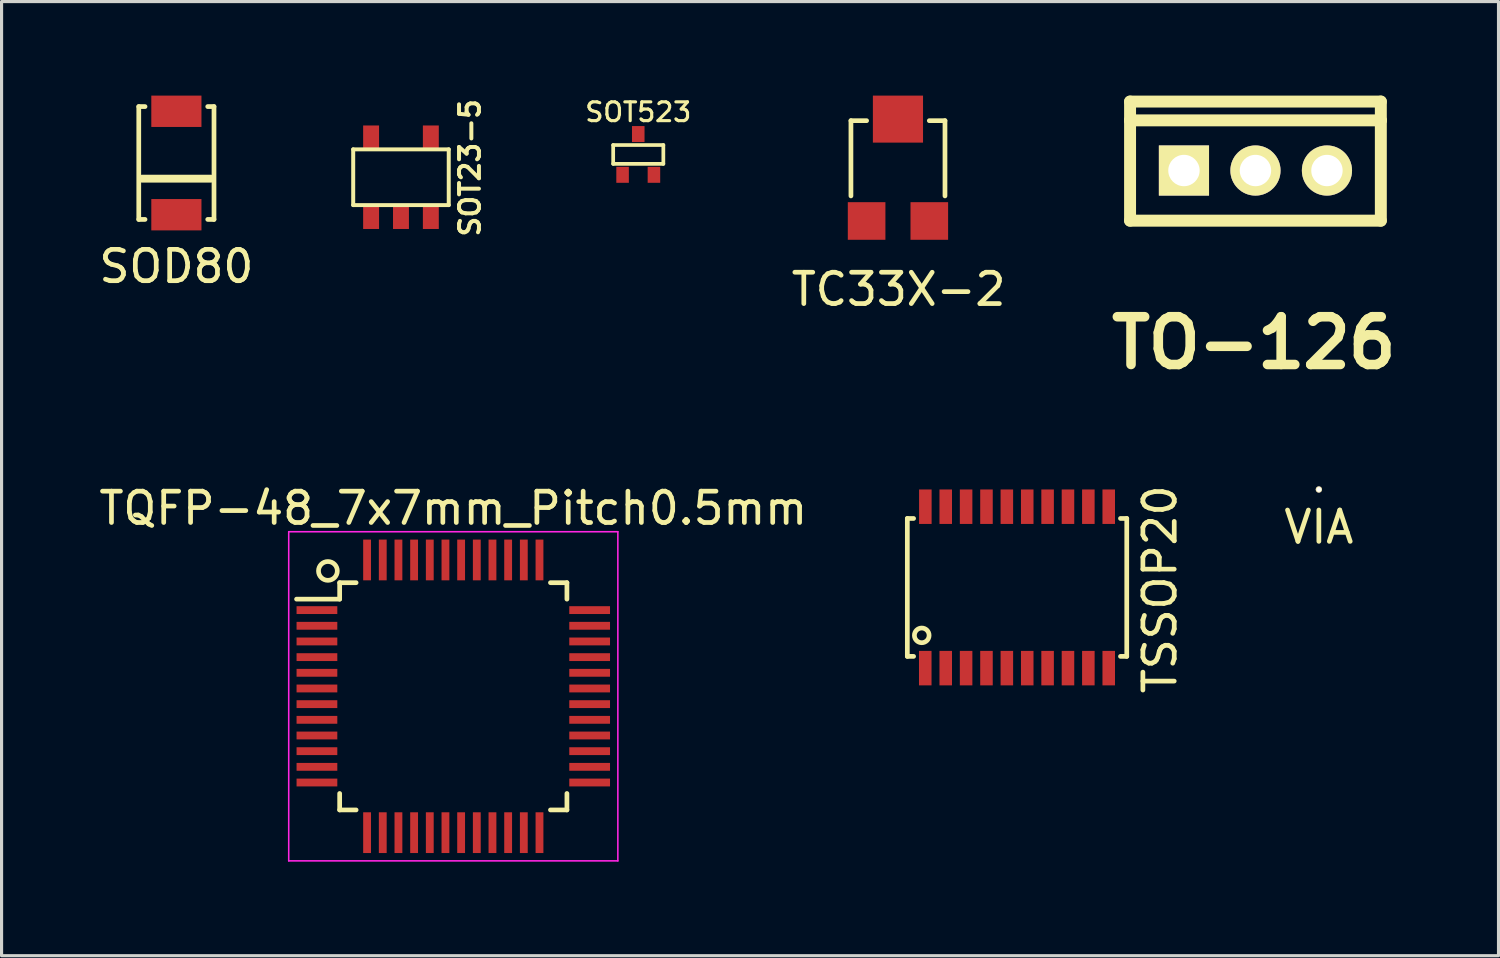
<source format=kicad_pcb>
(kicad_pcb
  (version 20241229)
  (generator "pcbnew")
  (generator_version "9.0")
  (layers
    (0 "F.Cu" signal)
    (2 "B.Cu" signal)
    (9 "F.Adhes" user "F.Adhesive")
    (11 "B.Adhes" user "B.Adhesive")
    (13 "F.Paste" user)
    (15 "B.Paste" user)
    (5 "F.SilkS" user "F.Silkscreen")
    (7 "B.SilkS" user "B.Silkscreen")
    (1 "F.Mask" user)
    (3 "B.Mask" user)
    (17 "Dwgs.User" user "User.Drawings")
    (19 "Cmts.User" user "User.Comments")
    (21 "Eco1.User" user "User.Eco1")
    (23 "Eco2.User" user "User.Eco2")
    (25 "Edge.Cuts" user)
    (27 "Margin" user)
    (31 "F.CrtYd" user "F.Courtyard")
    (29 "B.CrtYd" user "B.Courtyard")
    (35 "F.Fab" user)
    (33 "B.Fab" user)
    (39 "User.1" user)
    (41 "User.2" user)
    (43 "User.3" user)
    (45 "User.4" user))
  (footprint "SOT23-5"
    (layer "F.Cu")
    (at 9.742 2.604)
    (property "Reference" "SOT23-5" (at 2.2 -0.3 90) (layer "F.SilkS") (effects (font (size 0.635 0.635) (thickness 0.127))))
    (attr smd)
    (fp_line (start -1.524 -0.889) (end 1.524 -0.889) (stroke (width 0.127) (type solid)) (layer "F.SilkS"))
    (fp_line (start -1.524 0.889) (end -1.524 -0.889) (stroke (width 0.127) (type solid)) (layer "F.SilkS"))
    (fp_line (start 1.524 -0.889) (end 1.524 0.889) (stroke (width 0.127) (type solid)) (layer "F.SilkS"))
    (fp_line (start 1.524 0.889) (end -1.524 0.889) (stroke (width 0.127) (type solid)) (layer "F.SilkS"))
    (pad "1" smd rect (at -0.953 1.27) (size 0.508 0.762) (layers "F.Cu" "F.Mask" "F.Paste"))
    (pad "2" smd rect (at 0 1.27) (size 0.508 0.762) (layers "F.Cu" "F.Mask" "F.Paste"))
    (pad "3" smd rect (at 0.953 1.27) (size 0.508 0.762) (layers "F.Cu" "F.Mask" "F.Paste"))
    (pad "4" smd rect (at 0.953 -1.27) (size 0.508 0.762) (layers "F.Cu" "F.Mask" "F.Paste"))
    (pad "5" smd rect (at -0.953 -1.27) (size 0.508 0.762) (layers "F.Cu" "F.Mask" "F.Paste")))
  (footprint "TO-126"
    (layer "F.Cu")
    (at 37.002 2.39)
    (property "Reference" "TO-126" (at -0.051 5.499 0) (layer "F.SilkS") (effects (font (size 1.524 1.524) (thickness 0.305))))
    (attr through_hole)
    (fp_line (start -4 -2.2) (end 4 -2.2) (stroke (width 0.381) (type solid)) (layer "F.SilkS"))
    (fp_line (start -4 -1.6) (end -4 -2.2) (stroke (width 0.381) (type solid)) (layer "F.SilkS"))
    (fp_line (start -4 -1.6) (end -4 1.6) (stroke (width 0.381) (type solid)) (layer "F.SilkS"))
    (fp_line (start -4 1.6) (end 4 1.6) (stroke (width 0.381) (type solid)) (layer "F.SilkS"))
    (fp_line (start 4 -2.2) (end 4 -1.6) (stroke (width 0.381) (type solid)) (layer "F.SilkS"))
    (fp_line (start 4 -1.6) (end -4 -1.6) (stroke (width 0.381) (type solid)) (layer "F.SilkS"))
    (fp_line (start 4 1.6) (end 4 -1.6) (stroke (width 0.381) (type solid)) (layer "F.SilkS"))
    (pad "1" thru_hole rect (at -2.281 0) (size 1.6 1.6) (drill 1.001) (layers "*.Cu" "*.Mask" "F.SilkS"))
    (pad "2" thru_hole circle (at 2.281 0) (size 1.6 1.6) (drill 1.001) (layers "*.Cu" "*.Mask" "F.SilkS"))
    (pad "3" thru_hole circle (at 0 0) (size 1.6 1.6) (drill 1.001) (layers "*.Cu" "*.Mask" "F.SilkS")))
  (footprint "VIA"
    (layer "F.Cu")
    (at 39.025 12.566)
    (property "Reference" "VIA" (at 0 1.2 0) (layer "F.SilkS") (effects (font (size 1 1) (thickness 0.15))))
    (attr through_hole)
    (pad "" thru_hole circle (at 0 0) (size 0.2 0.2) (drill 0.15) (layers "*.Cu" "*.Mask" "F.SilkS")))
  (footprint "TC33X-2"
    (layer "F.Cu")
    (at 25.597 4.6)
    (property "Reference" "TC33X-2" (at 0.02 1.58 0) (layer "F.SilkS") (effects (font (size 1 1) (thickness 0.15))))
    (attr through_hole)
    (fp_line (start -1.5 -3.8) (end -1 -3.8) (stroke (width 0.15) (type solid)) (layer "F.SilkS"))
    (fp_line (start -1.5 -1.4) (end -1.5 -3.8) (stroke (width 0.15) (type solid)) (layer "F.SilkS"))
    (fp_line (start 1 -3.8) (end 1.5 -3.8) (stroke (width 0.15) (type solid)) (layer "F.SilkS"))
    (fp_line (start 1.5 -3.8) (end 1.5 -1.4) (stroke (width 0.15) (type solid)) (layer "F.SilkS"))
    (pad "1" smd rect (at 1 -0.6) (size 1.2 1.2) (layers "F.Cu" "F.Mask" "F.Paste"))
    (pad "2" smd rect (at 0 -3.85) (size 1.6 1.5) (layers "F.Cu" "F.Mask" "F.Paste"))
    (pad "3" smd rect (at -1 -0.6) (size 1.2 1.2) (layers "F.Cu" "F.Mask" "F.Paste")))
  (footprint "TSSOP20"
    (layer "F.Cu")
    (at 29.396 18.94)
    (property "Reference" "TSSOP20" (at 4.56 -3.19 90) (layer "F.SilkS") (effects (font (size 1 1) (thickness 0.15))))
    (attr through_hole)
    (fp_line (start -3.5 -5.45) (end -3.3 -5.45) (stroke (width 0.15) (type solid)) (layer "F.SilkS"))
    (fp_line (start -3.5 -1.05) (end -3.5 -5.45) (stroke (width 0.15) (type solid)) (layer "F.SilkS"))
    (fp_line (start -3.3 -1.05) (end -3.5 -1.05) (stroke (width 0.15) (type solid)) (layer "F.SilkS"))
    (fp_line (start 3.3 -1.05) (end 3.5 -1.05) (stroke (width 0.15) (type solid)) (layer "F.SilkS"))
    (fp_line (start 3.5 -5.45) (end 3.3 -5.45) (stroke (width 0.15) (type solid)) (layer "F.SilkS"))
    (fp_line (start 3.5 -1.05) (end 3.5 -5.45) (stroke (width 0.15) (type solid)) (layer "F.SilkS"))
    (fp_circle (center -3.04 -1.72) (end -2.86 -1.87) (stroke (width 0.15) (type solid)) (fill no) (layer "F.SilkS"))
    (pad "1" smd rect (at -2.928 -0.675) (size 0.4 1.1) (layers "F.Cu" "F.Mask" "F.Paste"))
    (pad "2" smd rect (at -2.275 -0.675) (size 0.4 1.1) (layers "F.Cu" "F.Mask" "F.Paste"))
    (pad "3" smd rect (at -1.625 -0.675) (size 0.4 1.1) (layers "F.Cu" "F.Mask" "F.Paste"))
    (pad "4" smd rect (at -0.975 -0.675) (size 0.4 1.1) (layers "F.Cu" "F.Mask" "F.Paste"))
    (pad "5" smd rect (at -0.325 -0.675) (size 0.4 1.1) (layers "F.Cu" "F.Mask" "F.Paste"))
    (pad "6" smd rect (at 0.325 -0.675) (size 0.4 1.1) (layers "F.Cu" "F.Mask" "F.Paste"))
    (pad "7" smd rect (at 0.975 -0.675) (size 0.4 1.1) (layers "F.Cu" "F.Mask" "F.Paste"))
    (pad "8" smd rect (at 1.625 -0.675) (size 0.4 1.1) (layers "F.Cu" "F.Mask" "F.Paste"))
    (pad "9" smd rect (at 2.275 -0.675) (size 0.4 1.1) (layers "F.Cu" "F.Mask" "F.Paste"))
    (pad "10" smd rect (at 2.925 -0.675) (size 0.4 1.1) (layers "F.Cu" "F.Mask" "F.Paste"))
    (pad "11" smd rect (at 2.925 -5.825) (size 0.4 1.1) (layers "F.Cu" "F.Mask" "F.Paste"))
    (pad "12" smd rect (at 2.275 -5.825) (size 0.4 1.1) (layers "F.Cu" "F.Mask" "F.Paste"))
    (pad "13" smd rect (at 1.625 -5.825) (size 0.4 1.1) (layers "F.Cu" "F.Mask" "F.Paste"))
    (pad "14" smd rect (at 0.975 -5.825) (size 0.4 1.1) (layers "F.Cu" "F.Mask" "F.Paste"))
    (pad "15" smd rect (at 0.325 -5.825) (size 0.4 1.1) (layers "F.Cu" "F.Mask" "F.Paste"))
    (pad "16" smd rect (at -0.325 -5.825) (size 0.4 1.1) (layers "F.Cu" "F.Mask" "F.Paste"))
    (pad "17" smd rect (at -0.975 -5.825) (size 0.4 1.1) (layers "F.Cu" "F.Mask" "F.Paste"))
    (pad "18" smd rect (at -1.625 -5.825) (size 0.4 1.1) (layers "F.Cu" "F.Mask" "F.Paste"))
    (pad "19" smd rect (at -2.275 -5.825) (size 0.4 1.1) (layers "F.Cu" "F.Mask" "F.Paste"))
    (pad "20" smd rect (at -2.925 -5.825) (size 0.4 1.1) (layers "F.Cu" "F.Mask" "F.Paste")))
  (footprint "TQFP-48_7x7mm_Pitch0.5mm"
    (layer "F.Cu")
    (at 11.411 19.164)
    (property "Reference" "TQFP-48_7x7mm_Pitch0.5mm" (at 0 -6 0) (layer "F.SilkS") (effects (font (size 1 1) (thickness 0.15))))
    (attr smd)
    (fp_line (start -3.625 -3.625) (end -3.625 -3.1) (stroke (width 0.15) (type solid)) (layer "F.SilkS"))
    (fp_line (start -3.625 -3.625) (end -3.1 -3.625) (stroke (width 0.15) (type solid)) (layer "F.SilkS"))
    (fp_line (start -3.625 -3.1) (end -5 -3.1) (stroke (width 0.15) (type solid)) (layer "F.SilkS"))
    (fp_line (start -3.625 3.625) (end -3.625 3.1) (stroke (width 0.15) (type solid)) (layer "F.SilkS"))
    (fp_line (start -3.625 3.625) (end -3.1 3.625) (stroke (width 0.15) (type solid)) (layer "F.SilkS"))
    (fp_line (start 3.625 -3.625) (end 3.1 -3.625) (stroke (width 0.15) (type solid)) (layer "F.SilkS"))
    (fp_line (start 3.625 -3.625) (end 3.625 -3.1) (stroke (width 0.15) (type solid)) (layer "F.SilkS"))
    (fp_line (start 3.625 3.625) (end 3.1 3.625) (stroke (width 0.15) (type solid)) (layer "F.SilkS"))
    (fp_line (start 3.625 3.625) (end 3.625 3.1) (stroke (width 0.15) (type solid)) (layer "F.SilkS"))
    (fp_circle (center -4 -4) (end -4 -4.3) (stroke (width 0.15) (type solid)) (fill no) (layer "F.SilkS"))
    (fp_line (start -5.25 -5.25) (end -5.25 5.25) (stroke (width 0.05) (type solid)) (layer "F.CrtYd"))
    (fp_line (start -5.25 -5.25) (end 5.25 -5.25) (stroke (width 0.05) (type solid)) (layer "F.CrtYd"))
    (fp_line (start -5.25 5.25) (end 5.25 5.25) (stroke (width 0.05) (type solid)) (layer "F.CrtYd"))
    (fp_line (start 5.25 -5.25) (end 5.25 5.25) (stroke (width 0.05) (type solid)) (layer "F.CrtYd"))
    (pad "1" smd rect (at -4.35 -2.75) (size 1.3 0.25) (layers "F.Cu" "F.Mask" "F.Paste"))
    (pad "2" smd rect (at -4.35 -2.25) (size 1.3 0.25) (layers "F.Cu" "F.Mask" "F.Paste"))
    (pad "3" smd rect (at -4.35 -1.75) (size 1.3 0.25) (layers "F.Cu" "F.Mask" "F.Paste"))
    (pad "4" smd rect (at -4.35 -1.25) (size 1.3 0.25) (layers "F.Cu" "F.Mask" "F.Paste"))
    (pad "5" smd rect (at -4.35 -0.75) (size 1.3 0.25) (layers "F.Cu" "F.Mask" "F.Paste"))
    (pad "6" smd rect (at -4.35 -0.25) (size 1.3 0.25) (layers "F.Cu" "F.Mask" "F.Paste"))
    (pad "7" smd rect (at -4.35 0.25) (size 1.3 0.25) (layers "F.Cu" "F.Mask" "F.Paste"))
    (pad "8" smd rect (at -4.35 0.75) (size 1.3 0.25) (layers "F.Cu" "F.Mask" "F.Paste"))
    (pad "9" smd rect (at -4.35 1.25) (size 1.3 0.25) (layers "F.Cu" "F.Mask" "F.Paste"))
    (pad "10" smd rect (at -4.35 1.75) (size 1.3 0.25) (layers "F.Cu" "F.Mask" "F.Paste"))
    (pad "11" smd rect (at -4.35 2.25) (size 1.3 0.25) (layers "F.Cu" "F.Mask" "F.Paste"))
    (pad "12" smd rect (at -4.35 2.75) (size 1.3 0.25) (layers "F.Cu" "F.Mask" "F.Paste"))
    (pad "13" smd rect (at -2.75 4.35 90) (size 1.3 0.25) (layers "F.Cu" "F.Mask" "F.Paste"))
    (pad "14" smd rect (at -2.25 4.35 90) (size 1.3 0.25) (layers "F.Cu" "F.Mask" "F.Paste"))
    (pad "15" smd rect (at -1.75 4.35 90) (size 1.3 0.25) (layers "F.Cu" "F.Mask" "F.Paste"))
    (pad "16" smd rect (at -1.25 4.35 90) (size 1.3 0.25) (layers "F.Cu" "F.Mask" "F.Paste"))
    (pad "17" smd rect (at -0.75 4.35 90) (size 1.3 0.25) (layers "F.Cu" "F.Mask" "F.Paste"))
    (pad "18" smd rect (at -0.25 4.35 90) (size 1.3 0.25) (layers "F.Cu" "F.Mask" "F.Paste"))
    (pad "19" smd rect (at 0.25 4.35 90) (size 1.3 0.25) (layers "F.Cu" "F.Mask" "F.Paste"))
    (pad "20" smd rect (at 0.75 4.35 90) (size 1.3 0.25) (layers "F.Cu" "F.Mask" "F.Paste"))
    (pad "21" smd rect (at 1.25 4.35 90) (size 1.3 0.25) (layers "F.Cu" "F.Mask" "F.Paste"))
    (pad "22" smd rect (at 1.75 4.35 90) (size 1.3 0.25) (layers "F.Cu" "F.Mask" "F.Paste"))
    (pad "23" smd rect (at 2.25 4.35 90) (size 1.3 0.25) (layers "F.Cu" "F.Mask" "F.Paste"))
    (pad "24" smd rect (at 2.75 4.35 90) (size 1.3 0.25) (layers "F.Cu" "F.Mask" "F.Paste"))
    (pad "25" smd rect (at 4.35 2.75) (size 1.3 0.25) (layers "F.Cu" "F.Mask" "F.Paste"))
    (pad "26" smd rect (at 4.35 2.25) (size 1.3 0.25) (layers "F.Cu" "F.Mask" "F.Paste"))
    (pad "27" smd rect (at 4.35 1.75) (size 1.3 0.25) (layers "F.Cu" "F.Mask" "F.Paste"))
    (pad "28" smd rect (at 4.35 1.25) (size 1.3 0.25) (layers "F.Cu" "F.Mask" "F.Paste"))
    (pad "29" smd rect (at 4.35 0.75) (size 1.3 0.25) (layers "F.Cu" "F.Mask" "F.Paste"))
    (pad "30" smd rect (at 4.35 0.25) (size 1.3 0.25) (layers "F.Cu" "F.Mask" "F.Paste"))
    (pad "31" smd rect (at 4.35 -0.25) (size 1.3 0.25) (layers "F.Cu" "F.Mask" "F.Paste"))
    (pad "32" smd rect (at 4.35 -0.75) (size 1.3 0.25) (layers "F.Cu" "F.Mask" "F.Paste"))
    (pad "33" smd rect (at 4.35 -1.25) (size 1.3 0.25) (layers "F.Cu" "F.Mask" "F.Paste"))
    (pad "34" smd rect (at 4.35 -1.75) (size 1.3 0.25) (layers "F.Cu" "F.Mask" "F.Paste"))
    (pad "35" smd rect (at 4.35 -2.25) (size 1.3 0.25) (layers "F.Cu" "F.Mask" "F.Paste"))
    (pad "36" smd rect (at 4.35 -2.75) (size 1.3 0.25) (layers "F.Cu" "F.Mask" "F.Paste"))
    (pad "37" smd rect (at 2.75 -4.35 90) (size 1.3 0.25) (layers "F.Cu" "F.Mask" "F.Paste"))
    (pad "38" smd rect (at 2.25 -4.35 90) (size 1.3 0.25) (layers "F.Cu" "F.Mask" "F.Paste"))
    (pad "39" smd rect (at 1.75 -4.35 90) (size 1.3 0.25) (layers "F.Cu" "F.Mask" "F.Paste"))
    (pad "40" smd rect (at 1.25 -4.35 90) (size 1.3 0.25) (layers "F.Cu" "F.Mask" "F.Paste"))
    (pad "41" smd rect (at 0.75 -4.35 90) (size 1.3 0.25) (layers "F.Cu" "F.Mask" "F.Paste"))
    (pad "42" smd rect (at 0.25 -4.35 90) (size 1.3 0.25) (layers "F.Cu" "F.Mask" "F.Paste"))
    (pad "43" smd rect (at -0.25 -4.35 90) (size 1.3 0.25) (layers "F.Cu" "F.Mask" "F.Paste"))
    (pad "44" smd rect (at -0.75 -4.35 90) (size 1.3 0.25) (layers "F.Cu" "F.Mask" "F.Paste"))
    (pad "45" smd rect (at -1.25 -4.35 90) (size 1.3 0.25) (layers "F.Cu" "F.Mask" "F.Paste"))
    (pad "46" smd rect (at -1.75 -4.35 90) (size 1.3 0.25) (layers "F.Cu" "F.Mask" "F.Paste"))
    (pad "47" smd rect (at -2.25 -4.35 90) (size 1.3 0.25) (layers "F.Cu" "F.Mask" "F.Paste"))
    (pad "48" smd rect (at -2.75 -4.35 90) (size 1.3 0.25) (layers "F.Cu" "F.Mask" "F.Paste")))
  (footprint "SOD80"
    (layer "F.Cu")
    (at 2.577 2.15)
    (property "Reference" "SOD80" (at 0 3.3 0) (layer "F.SilkS") (effects (font (size 1 1) (thickness 0.15))))
    (attr through_hole)
    (fp_line (start -1.2 -1.8) (end -1.2 1.8) (stroke (width 0.15) (type solid)) (layer "F.SilkS"))
    (fp_line (start -1.2 1.8) (end -1 1.8) (stroke (width 0.15) (type solid)) (layer "F.SilkS"))
    (fp_line (start -1.1 0.5) (end 1.1 0.5) (stroke (width 0.25) (type solid)) (layer "F.SilkS"))
    (fp_line (start -1 -1.8) (end -1.2 -1.8) (stroke (width 0.15) (type solid)) (layer "F.SilkS"))
    (fp_line (start 1 1.8) (end 1.2 1.8) (stroke (width 0.15) (type solid)) (layer "F.SilkS"))
    (fp_line (start 1.2 -1.8) (end 1 -1.8) (stroke (width 0.15) (type solid)) (layer "F.SilkS"))
    (fp_line (start 1.2 1.8) (end 1.2 -1.8) (stroke (width 0.15) (type solid)) (layer "F.SilkS"))
    (pad "1" smd rect (at 0 -1.65) (size 1.6 1) (layers "F.Cu" "F.Mask" "F.Paste"))
    (pad "2" smd rect (at 0 1.65) (size 1.6 1) (layers "F.Cu" "F.Mask" "F.Paste")))
  (footprint "SOT523"
    (layer "F.Cu")
    (at 17.312 1.877)
    (property "Reference" "SOT523" (at 0 -1.35 180) (layer "F.SilkS") (effects (font (size 0.6 0.6) (thickness 0.1))))
    (attr smd)
    (fp_line (start -0.8 -0.3) (end 0.8 -0.3) (stroke (width 0.119) (type solid)) (layer "F.SilkS"))
    (fp_line (start -0.8 0.3) (end -0.8 -0.3) (stroke (width 0.119) (type solid)) (layer "F.SilkS"))
    (fp_line (start 0.8 -0.3) (end 0.8 0.3) (stroke (width 0.119) (type solid)) (layer "F.SilkS"))
    (fp_line (start 0.8 0.3) (end -0.8 0.3) (stroke (width 0.119) (type solid)) (layer "F.SilkS"))
    (pad "1" smd rect (at 0.5 0.65 180) (size 0.4 0.51) (layers "F.Cu" "F.Mask" "F.Paste"))
    (pad "2" smd rect (at -0.5 0.65 180) (size 0.4 0.51) (layers "F.Cu" "F.Mask" "F.Paste"))
    (pad "3" smd rect (at 0 -0.65 180) (size 0.4 0.51) (layers "F.Cu" "F.Mask" "F.Paste")))
  (gr_rect
    (start -3 -3)
    (end 44.756 27.439)
    (stroke (width 0.1) (type default))
    (fill no)
    (layer "Edge.Cuts")))
</source>
